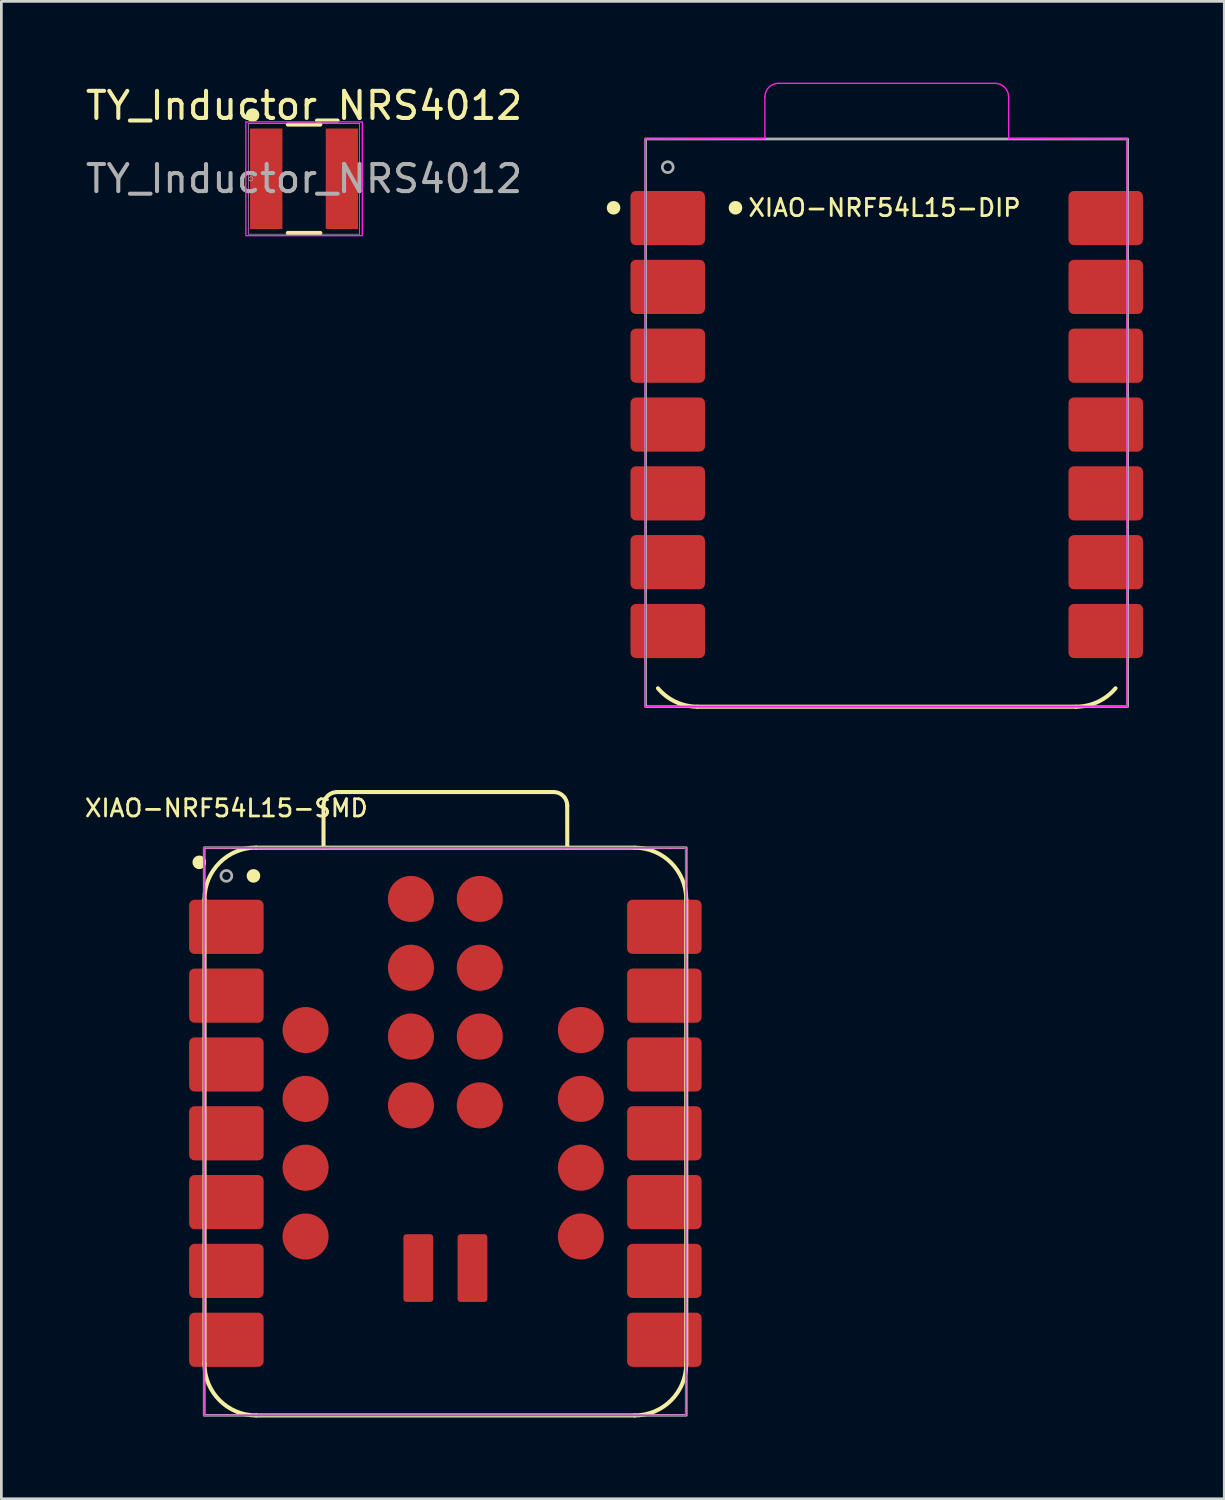
<source format=kicad_pcb>
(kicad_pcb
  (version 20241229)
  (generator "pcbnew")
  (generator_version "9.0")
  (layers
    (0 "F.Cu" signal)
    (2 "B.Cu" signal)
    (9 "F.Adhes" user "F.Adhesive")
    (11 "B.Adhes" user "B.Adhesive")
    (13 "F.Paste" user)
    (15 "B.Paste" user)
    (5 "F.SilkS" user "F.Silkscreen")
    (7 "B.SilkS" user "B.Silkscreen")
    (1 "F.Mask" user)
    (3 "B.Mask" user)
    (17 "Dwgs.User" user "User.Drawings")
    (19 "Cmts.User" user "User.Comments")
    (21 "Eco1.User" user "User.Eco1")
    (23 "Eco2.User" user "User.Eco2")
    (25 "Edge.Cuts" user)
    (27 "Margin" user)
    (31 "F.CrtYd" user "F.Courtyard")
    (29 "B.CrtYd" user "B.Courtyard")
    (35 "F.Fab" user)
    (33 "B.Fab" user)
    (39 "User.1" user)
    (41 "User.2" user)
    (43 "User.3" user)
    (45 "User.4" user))
  (footprint "XIAO-NRF54L15-SMD"
    (layer "F.Cu")
    (at 13.305 38.777)
    (property "Reference" "XIAO-NRF54L15-SMD" (at -8 -12 0) (unlocked yes) (layer "F.SilkS") (effects (font (size 0.635 0.635) (thickness 0.102))))
    (attr smd)
    (fp_line (start -8.807 8.509) (end -8.807 -8.636) (stroke (width 0.15) (type solid)) (layer "F.SilkS"))
    (fp_line (start -6.902 10.414) (end 7.067 10.414) (stroke (width 0.15) (type solid)) (layer "F.SilkS"))
    (fp_line (start -4.415 -10.553) (end -4.415 -12.094) (stroke (width 0.15) (type solid)) (layer "F.SilkS"))
    (fp_line (start -3.915 -12.594) (end 4.08 -12.594) (stroke (width 0.15) (type solid)) (layer "F.SilkS"))
    (fp_line (start 4.58 -12.094) (end 4.582 -10.55) (stroke (width 0.15) (type solid)) (layer "F.SilkS"))
    (fp_line (start 7.067 -10.541) (end -6.902 -10.541) (stroke (width 0.15) (type solid)) (layer "F.SilkS"))
    (fp_line (start 8.973 8.509) (end 8.973 -8.636) (stroke (width 0.15) (type solid)) (layer "F.SilkS"))
    (fp_arc (start -8.8075 -8.64) (mid -8.249538 -9.987038) (end -6.9025 -10.545) (stroke (width 0.15) (type solid)) (layer "F.SilkS"))
    (fp_arc (start -6.9025 10.414) (mid -8.249538 9.856038) (end -8.8075 8.509) (stroke (width 0.15) (type solid)) (layer "F.SilkS"))
    (fp_arc (start -4.414784 -12.094284) (mid -4.268207 -12.447619) (end -3.914784 -12.594012) (stroke (width 0.15) (type default)) (layer "F.SilkS"))
    (fp_arc (start 4.080488 -12.594012) (mid 4.434053 -12.44757) (end 4.580488 -12.094012) (stroke (width 0.15) (type default)) (layer "F.SilkS"))
    (fp_arc (start 7.0675 -10.541) (mid 8.414538 -9.983038) (end 8.9725 -8.636) (stroke (width 0.15) (type solid)) (layer "F.SilkS"))
    (fp_arc (start 8.9725 8.509) (mid 8.414538 9.856038) (end 7.0675 10.414) (stroke (width 0.15) (type solid)) (layer "F.SilkS"))
    (fp_circle (center -9 -10) (end -8.8 -10) (stroke (width 0.1) (type solid)) (fill yes) (layer "F.SilkS"))
    (fp_circle (center -7 -9.5) (end -6.8 -9.5) (stroke (width 0.1) (type solid)) (fill yes) (layer "F.SilkS"))
    (fp_rect (start -8.828 -10.54) (end 8.953 10.41) (stroke (width 0.05) (type default)) (fill no) (layer "F.CrtYd"))
    (fp_rect (start -8.818 -10.54) (end 8.973 10.41) (stroke (width 0.1) (type default)) (fill no) (layer "F.Fab"))
    (fp_circle (center -8 -9.5) (end -7.8 -9.5) (stroke (width 0.1) (type solid)) (fill no) (layer "F.Fab"))
    (pad "1" smd roundrect (at -8 -7.62 180) (size 2.75 2) (layers "F.Cu" "F.Mask" "F.Paste") (roundrect_rratio 0.1))
    (pad "2" smd roundrect (at -8 -5.08 180) (size 2.75 2) (layers "F.Cu" "F.Mask" "F.Paste") (roundrect_rratio 0.1))
    (pad "3" smd roundrect (at -8 -2.54 180) (size 2.75 2) (layers "F.Cu" "F.Mask" "F.Paste") (roundrect_rratio 0.1))
    (pad "4" smd roundrect (at -8 0 180) (size 2.75 2) (layers "F.Cu" "F.Mask" "F.Paste") (roundrect_rratio 0.1))
    (pad "5" smd roundrect (at -8 2.54 180) (size 2.75 2) (layers "F.Cu" "F.Mask" "F.Paste") (roundrect_rratio 0.1))
    (pad "6" smd roundrect (at -8 5.08 180) (size 2.75 2) (layers "F.Cu" "F.Mask" "F.Paste") (roundrect_rratio 0.1))
    (pad "7" smd roundrect (at -8 7.62 180) (size 2.75 2) (layers "F.Cu" "F.Mask" "F.Paste") (roundrect_rratio 0.1))
    (pad "8" smd roundrect (at 8.165 7.62) (size 2.75 2) (layers "F.Cu" "F.Mask" "F.Paste") (roundrect_rratio 0.1))
    (pad "9" smd roundrect (at 8.165 5.08) (size 2.75 2) (layers "F.Cu" "F.Mask" "F.Paste") (roundrect_rratio 0.1))
    (pad "10" smd roundrect (at 8.165 2.54) (size 2.75 2) (layers "F.Cu" "F.Mask" "F.Paste") (roundrect_rratio 0.1))
    (pad "11" smd roundrect (at 8.165 0) (size 2.75 2) (layers "F.Cu" "F.Mask" "F.Paste") (roundrect_rratio 0.1))
    (pad "12" smd roundrect (at 8.165 -2.54) (size 2.75 2) (layers "F.Cu" "F.Mask" "F.Paste") (roundrect_rratio 0.1))
    (pad "13" smd roundrect (at 8.165 -5.08) (size 2.75 2) (layers "F.Cu" "F.Mask" "F.Paste") (roundrect_rratio 0.1))
    (pad "14" smd roundrect (at 8.165 -7.62) (size 2.75 2) (layers "F.Cu" "F.Mask" "F.Paste") (roundrect_rratio 0.1))
    (pad "15" smd circle (at 5.083 -3.81 180) (size 1.7 1.7) (layers "F.Cu" "F.Mask" "F.Paste"))
    (pad "16" smd circle (at 5.083 -1.27 180) (size 1.7 1.7) (layers "F.Cu" "F.Mask" "F.Paste"))
    (pad "17" smd circle (at 5.083 1.27 180) (size 1.7 1.7) (layers "F.Cu" "F.Mask" "F.Paste"))
    (pad "18" smd circle (at 5.083 3.81 180) (size 1.7 1.7) (layers "F.Cu" "F.Mask" "F.Paste"))
    (pad "19" smd circle (at -5.077 3.81 180) (size 1.7 1.7) (layers "F.Cu" "F.Mask" "F.Paste"))
    (pad "20" smd circle (at -5.077 1.27 180) (size 1.7 1.7) (layers "F.Cu" "F.Mask" "F.Paste"))
    (pad "21" smd circle (at -5.077 -1.27 180) (size 1.7 1.7) (layers "F.Cu" "F.Mask" "F.Paste"))
    (pad "22" smd circle (at -5.077 -3.81 180) (size 1.7 1.7) (layers "F.Cu" "F.Mask" "F.Paste"))
    (pad "23" smd circle (at -1.188 -8.65 180) (size 1.7 1.7) (layers "F.Cu" "F.Mask" "F.Paste"))
    (pad "24" smd circle (at -1.188 -6.11 180) (size 1.7 1.7) (layers "F.Cu" "F.Mask" "F.Paste"))
    (pad "25" smd circle (at -1.188 -3.57 180) (size 1.7 1.7) (layers "F.Cu" "F.Mask" "F.Paste"))
    (pad "26" smd circle (at -1.188 -1.03 180) (size 1.7 1.7) (layers "F.Cu" "F.Mask" "F.Paste"))
    (pad "27" smd circle (at 1.353 -1.03 180) (size 1.7 1.7) (layers "F.Cu" "F.Mask" "F.Paste"))
    (pad "28" smd circle (at 1.353 -3.57 180) (size 1.7 1.7) (layers "F.Cu" "F.Mask" "F.Paste"))
    (pad "29" smd circle (at 1.353 -6.11 180) (size 1.7 1.7) (layers "F.Cu" "F.Mask" "F.Paste"))
    (pad "30" smd circle (at 1.353 -8.65 180) (size 1.7 1.7) (layers "F.Cu" "F.Mask" "F.Paste"))
    (pad "31" smd roundrect (at -0.917 4.975 270) (size 2.5 1.1) (layers "F.Cu" "F.Mask" "F.Paste") (roundrect_rratio 0.1))
    (pad "32" smd roundrect (at 1.083 4.975 270) (size 2.5 1.1) (layers "F.Cu" "F.Mask" "F.Paste") (roundrect_rratio 0.1)))
  (footprint "TY_Inductor_NRS4012"
    (layer "F.Cu")
    (at 8.173 3.548)
    (property "Reference" "TY_Inductor_NRS4012" (at 0 -2.7 0) (unlocked yes) (layer "F.SilkS") (effects (font (size 1 1) (thickness 0.15))))
    (attr smd)
    (fp_line (start -0.6 2) (end 0.6 2) (stroke (width 0.15) (type solid)) (layer "F.SilkS"))
    (fp_line (start 0.6 -2) (end -0.6 -2) (stroke (width 0.15) (type solid)) (layer "F.SilkS"))
    (fp_circle (center -1.9 -2.35) (end -1.7 -2.35) (stroke (width 0.1) (type solid)) (fill yes) (layer "F.SilkS"))
    (fp_rect (start -2.15 -2.1) (end 2.15 2.1) (stroke (width 0.05) (type default)) (fill no) (layer "F.CrtYd"))
    (fp_line (start -2.045 -2.045) (end -2.045 2.045) (stroke (width 0.025) (type solid)) (layer "F.Fab"))
    (fp_line (start -2.045 2.045) (end 2.045 2.045) (stroke (width 0.025) (type solid)) (layer "F.Fab"))
    (fp_line (start 2.045 -2.045) (end -2.045 -2.045) (stroke (width 0.025) (type solid)) (layer "F.Fab"))
    (fp_line (start 2.045 2.045) (end 2.045 -2.045) (stroke (width 0.025) (type solid)) (layer "F.Fab"))
    (fp_circle (center -1.968 0) (end -1.892 0) (stroke (width 0.025) (type solid)) (fill no) (layer "F.Fab"))
    (fp_text user "${REFERENCE}" (at 0 0 0) (unlocked yes) (layer "F.Fab") (effects (font (size 1 1) (thickness 0.15))))
    (pad "1" smd rect (at -1.397 0) (size 1.194 3.708) (layers "F.Cu" "F.Mask" "F.Paste"))
    (pad "2" smd rect (at 1.397 0) (size 1.194 3.708) (layers "F.Cu" "F.Mask" "F.Paste"))
    (zone (net_name "") (layer "F.Cu") (hatch full 0.508) (connect_pads) (min_thickness 0.254) (filled_areas_thickness no) (keepout (tracks not_allowed) (vias not_allowed) (pads allowed) (copperpour not_allowed) (footprints allowed)) (placement (enabled no)) (fill) (polygon (pts (xy 7.423 1.554) (xy 8.922 1.554) (xy 8.922 5.542) (xy 7.423 5.542)))))
  (footprint "XIAO-NRF54L15-DIP"
    (layer "F.Cu")
    (at 29.595 12.619)
    (property "Reference" "XIAO-NRF54L15-DIP" (at 0 -8 0) (unlocked yes) (layer "F.SilkS") (effects (font (size 0.635 0.635) (thickness 0.102))))
    (attr smd)
    (fp_line (start -6.902 10.414) (end 7.067 10.414) (stroke (width 0.15) (type solid)) (layer "F.SilkS"))
    (fp_arc (start -6.9025 10.414) (mid -7.707588 10.235516) (end -8.361815 9.733509) (stroke (width 0.15) (type solid)) (layer "F.SilkS"))
    (fp_arc (start 8.526813 9.73351) (mid 7.872587 10.235516) (end 7.0675 10.414) (stroke (width 0.15) (type solid)) (layer "F.SilkS"))
    (fp_circle (center -10 -8) (end -9.8 -8) (stroke (width 0.1) (type solid)) (fill yes) (layer "F.SilkS"))
    (fp_circle (center -5.5 -8) (end -5.3 -8) (stroke (width 0.1) (type solid)) (fill yes) (layer "F.SilkS"))
    (fp_line (start -8.828 -10.54) (end -8.828 10.41) (stroke (width 0.05) (type default)) (layer "F.CrtYd"))
    (fp_line (start -8.828 10.41) (end 8.953 10.41) (stroke (width 0.05) (type default)) (layer "F.CrtYd"))
    (fp_line (start -4.415 -10.553) (end -8.828 -10.54) (stroke (width 0.05) (type default)) (layer "F.CrtYd"))
    (fp_line (start -4.415 -10.553) (end -4.415 -12.094) (stroke (width 0.05) (type solid)) (layer "F.CrtYd"))
    (fp_line (start -3.915 -12.594) (end 4.08 -12.594) (stroke (width 0.05) (type solid)) (layer "F.CrtYd"))
    (fp_line (start 4.58 -12.094) (end 4.582 -10.55) (stroke (width 0.05) (type solid)) (layer "F.CrtYd"))
    (fp_line (start 4.582 -10.55) (end 8.953 -10.54) (stroke (width 0.05) (type default)) (layer "F.CrtYd"))
    (fp_line (start 8.953 -10.54) (end 8.953 10.41) (stroke (width 0.05) (type default)) (layer "F.CrtYd"))
    (fp_arc (start -4.414784 -12.094284) (mid -4.268207 -12.447619) (end -3.914784 -12.594012) (stroke (width 0.05) (type default)) (layer "F.CrtYd"))
    (fp_arc (start 4.080488 -12.594012) (mid 4.434053 -12.44757) (end 4.580488 -12.094012) (stroke (width 0.05) (type default)) (layer "F.CrtYd"))
    (fp_rect (start -8.818 -10.54) (end 8.973 10.41) (stroke (width 0.1) (type default)) (fill no) (layer "F.Fab"))
    (fp_circle (center -8 -9.5) (end -7.8 -9.5) (stroke (width 0.1) (type solid)) (fill no) (layer "F.Fab"))
    (pad "1" smd roundrect (at -8 -7.62 180) (size 2.75 2) (layers "F.Cu" "F.Mask" "F.Paste") (roundrect_rratio 0.1))
    (pad "2" smd roundrect (at -8 -5.08 180) (size 2.75 2) (layers "F.Cu" "F.Mask" "F.Paste") (roundrect_rratio 0.1))
    (pad "3" smd roundrect (at -8 -2.54 180) (size 2.75 2) (layers "F.Cu" "F.Mask" "F.Paste") (roundrect_rratio 0.1))
    (pad "4" smd roundrect (at -8 0 180) (size 2.75 2) (layers "F.Cu" "F.Mask" "F.Paste") (roundrect_rratio 0.1))
    (pad "5" smd roundrect (at -8 2.54 180) (size 2.75 2) (layers "F.Cu" "F.Mask" "F.Paste") (roundrect_rratio 0.1))
    (pad "6" smd roundrect (at -8 5.08 180) (size 2.75 2) (layers "F.Cu" "F.Mask" "F.Paste") (roundrect_rratio 0.1))
    (pad "7" smd roundrect (at -8 7.62 180) (size 2.75 2) (layers "F.Cu" "F.Mask" "F.Paste") (roundrect_rratio 0.1))
    (pad "8" smd roundrect (at 8.165 7.62) (size 2.75 2) (layers "F.Cu" "F.Mask" "F.Paste") (roundrect_rratio 0.1))
    (pad "9" smd roundrect (at 8.165 5.08) (size 2.75 2) (layers "F.Cu" "F.Mask" "F.Paste") (roundrect_rratio 0.1))
    (pad "10" smd roundrect (at 8.165 2.54) (size 2.75 2) (layers "F.Cu" "F.Mask" "F.Paste") (roundrect_rratio 0.1))
    (pad "11" smd roundrect (at 8.165 0) (size 2.75 2) (layers "F.Cu" "F.Mask" "F.Paste") (roundrect_rratio 0.1))
    (pad "12" smd roundrect (at 8.165 -2.54) (size 2.75 2) (layers "F.Cu" "F.Mask" "F.Paste") (roundrect_rratio 0.1))
    (pad "13" smd roundrect (at 8.165 -5.08) (size 2.75 2) (layers "F.Cu" "F.Mask" "F.Paste") (roundrect_rratio 0.1))
    (pad "14" smd roundrect (at 8.165 -7.62) (size 2.75 2) (layers "F.Cu" "F.Mask" "F.Paste") (roundrect_rratio 0.1)))
  (gr_rect
    (start -3 -3)
    (end 42.135 52.266)
    (stroke (width 0.1) (type default))
    (fill no)
    (layer "Edge.Cuts")))
</source>
